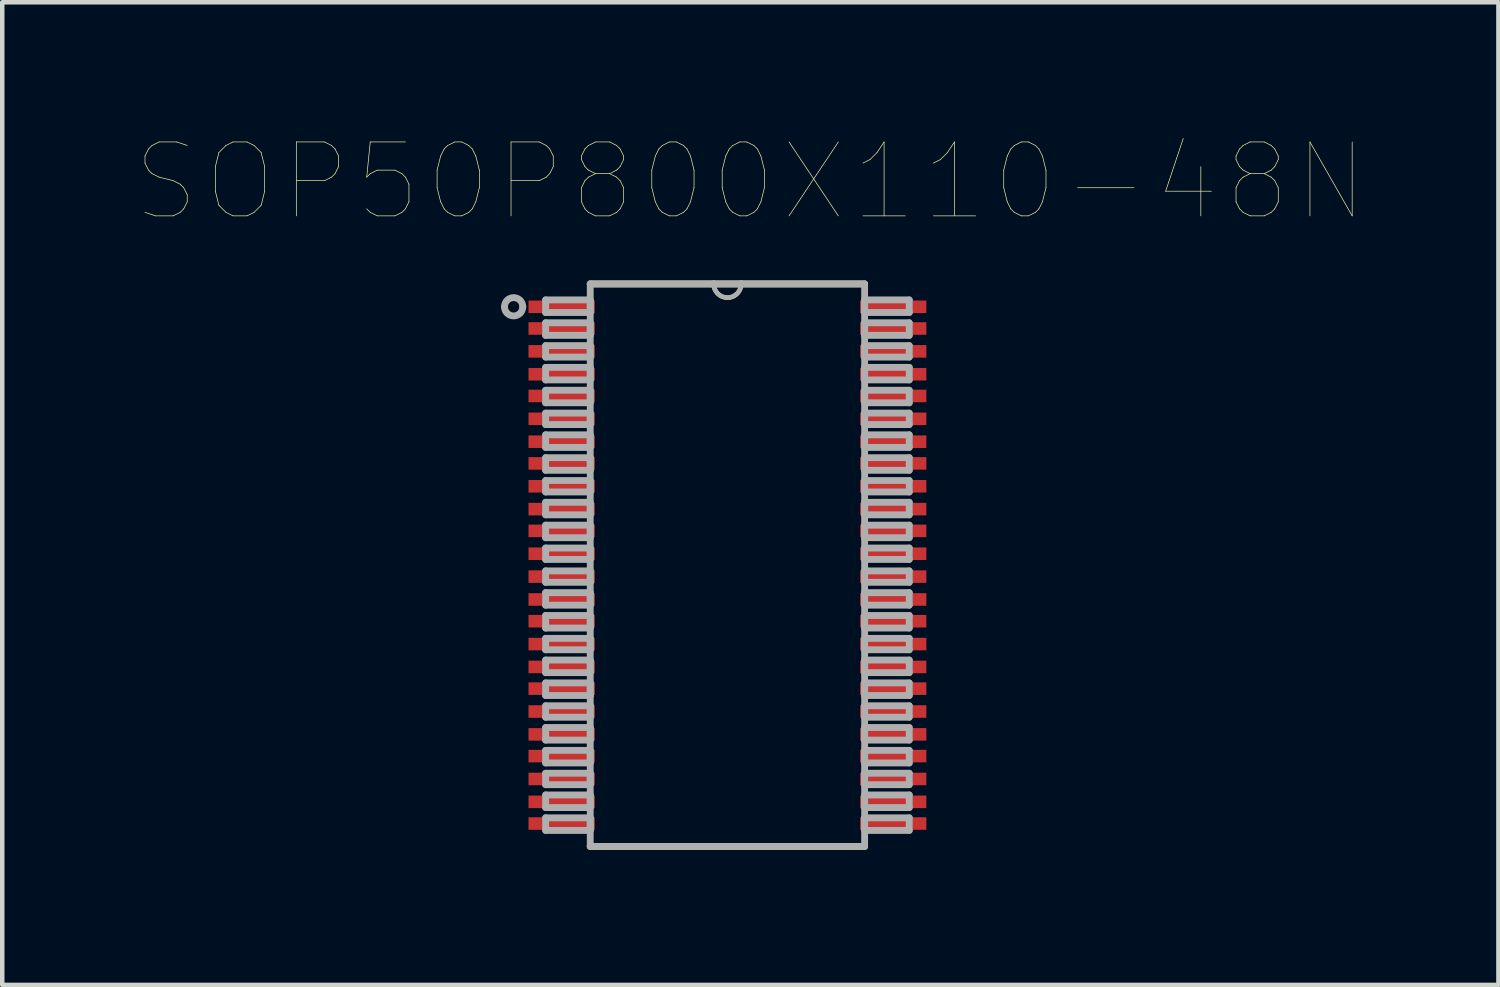
<source format=kicad_pcb>
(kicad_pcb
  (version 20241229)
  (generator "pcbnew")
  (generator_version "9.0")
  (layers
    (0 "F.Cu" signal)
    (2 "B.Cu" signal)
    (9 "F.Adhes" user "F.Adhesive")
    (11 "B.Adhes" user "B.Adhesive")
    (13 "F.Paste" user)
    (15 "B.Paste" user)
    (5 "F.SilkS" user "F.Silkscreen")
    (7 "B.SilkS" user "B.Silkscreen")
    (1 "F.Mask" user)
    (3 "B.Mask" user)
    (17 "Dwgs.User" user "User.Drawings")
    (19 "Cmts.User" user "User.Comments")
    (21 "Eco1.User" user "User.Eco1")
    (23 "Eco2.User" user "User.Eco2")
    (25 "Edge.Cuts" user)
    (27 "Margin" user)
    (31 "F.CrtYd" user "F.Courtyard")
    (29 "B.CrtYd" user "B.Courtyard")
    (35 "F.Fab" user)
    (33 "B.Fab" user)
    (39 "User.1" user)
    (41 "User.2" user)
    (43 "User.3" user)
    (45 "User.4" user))
  (footprint "SOP50P800X110-48N"
    (layer "F.Cu")
    (at 13.111 9.506)
    (property "Reference" "SOP50P800X110-48N" (at 0.509 -8.519 0) (layer "F.SilkS") (effects (font (size 1.642 1.642) (thickness 0.015))))
    (attr through_hole)
    (fp_line (start -3.048 6.248) (end 3.048 6.248) (stroke (width 0.152) (type solid)) (layer "F.SilkS"))
    (fp_line (start -0.305 -6.248) (end -3.048 -6.248) (stroke (width 0.152) (type solid)) (layer "F.SilkS"))
    (fp_line (start 0.305 -6.248) (end -0.305 -6.248) (stroke (width 0.152) (type solid)) (layer "F.SilkS"))
    (fp_line (start 3.048 -6.248) (end 0.305 -6.248) (stroke (width 0.152) (type solid)) (layer "F.SilkS"))
    (fp_arc (start -4.7244 -5.5372) (mid -4.954076 -5.7404) (end -4.7244 -5.9436) (stroke (width 0.1) (type solid)) (layer "F.SilkS"))
    (fp_arc (start 0.3048 -6.2484) (mid 0 -5.9436) (end -0.3048 -6.2484) (stroke (width 0.1) (type solid)) (layer "F.SilkS"))
    (fp_line (start -4.039 -5.893) (end -4.039 -5.613) (stroke (width 0.152) (type solid)) (layer "F.Fab"))
    (fp_line (start -4.039 -5.613) (end -3.048 -5.613) (stroke (width 0.152) (type solid)) (layer "F.Fab"))
    (fp_line (start -4.039 -5.385) (end -4.039 -5.105) (stroke (width 0.152) (type solid)) (layer "F.Fab"))
    (fp_line (start -4.039 -5.105) (end -3.048 -5.105) (stroke (width 0.152) (type solid)) (layer "F.Fab"))
    (fp_line (start -4.039 -4.877) (end -4.039 -4.623) (stroke (width 0.152) (type solid)) (layer "F.Fab"))
    (fp_line (start -4.039 -4.623) (end -3.048 -4.623) (stroke (width 0.152) (type solid)) (layer "F.Fab"))
    (fp_line (start -4.039 -4.394) (end -4.039 -4.115) (stroke (width 0.152) (type solid)) (layer "F.Fab"))
    (fp_line (start -4.039 -4.115) (end -3.048 -4.115) (stroke (width 0.152) (type solid)) (layer "F.Fab"))
    (fp_line (start -4.039 -3.886) (end -4.039 -3.607) (stroke (width 0.152) (type solid)) (layer "F.Fab"))
    (fp_line (start -4.039 -3.607) (end -3.048 -3.607) (stroke (width 0.152) (type solid)) (layer "F.Fab"))
    (fp_line (start -4.039 -3.378) (end -4.039 -3.124) (stroke (width 0.152) (type solid)) (layer "F.Fab"))
    (fp_line (start -4.039 -3.124) (end -3.048 -3.124) (stroke (width 0.152) (type solid)) (layer "F.Fab"))
    (fp_line (start -4.039 -2.896) (end -4.039 -2.616) (stroke (width 0.152) (type solid)) (layer "F.Fab"))
    (fp_line (start -4.039 -2.616) (end -3.048 -2.616) (stroke (width 0.152) (type solid)) (layer "F.Fab"))
    (fp_line (start -4.039 -2.388) (end -4.039 -2.108) (stroke (width 0.152) (type solid)) (layer "F.Fab"))
    (fp_line (start -4.039 -2.108) (end -3.048 -2.108) (stroke (width 0.152) (type solid)) (layer "F.Fab"))
    (fp_line (start -4.039 -1.88) (end -4.039 -1.626) (stroke (width 0.152) (type solid)) (layer "F.Fab"))
    (fp_line (start -4.039 -1.626) (end -3.048 -1.626) (stroke (width 0.152) (type solid)) (layer "F.Fab"))
    (fp_line (start -4.039 -1.397) (end -4.039 -1.118) (stroke (width 0.152) (type solid)) (layer "F.Fab"))
    (fp_line (start -4.039 -1.118) (end -3.048 -1.118) (stroke (width 0.152) (type solid)) (layer "F.Fab"))
    (fp_line (start -4.039 -0.889) (end -4.039 -0.61) (stroke (width 0.152) (type solid)) (layer "F.Fab"))
    (fp_line (start -4.039 -0.61) (end -3.048 -0.61) (stroke (width 0.152) (type solid)) (layer "F.Fab"))
    (fp_line (start -4.039 -0.381) (end -4.039 -0.127) (stroke (width 0.152) (type solid)) (layer "F.Fab"))
    (fp_line (start -4.039 -0.127) (end -3.048 -0.127) (stroke (width 0.152) (type solid)) (layer "F.Fab"))
    (fp_line (start -4.039 0.127) (end -4.039 0.381) (stroke (width 0.152) (type solid)) (layer "F.Fab"))
    (fp_line (start -4.039 0.381) (end -3.048 0.381) (stroke (width 0.152) (type solid)) (layer "F.Fab"))
    (fp_line (start -4.039 0.61) (end -4.039 0.889) (stroke (width 0.152) (type solid)) (layer "F.Fab"))
    (fp_line (start -4.039 0.889) (end -3.048 0.889) (stroke (width 0.152) (type solid)) (layer "F.Fab"))
    (fp_line (start -4.039 1.118) (end -4.039 1.397) (stroke (width 0.152) (type solid)) (layer "F.Fab"))
    (fp_line (start -4.039 1.397) (end -3.048 1.397) (stroke (width 0.152) (type solid)) (layer "F.Fab"))
    (fp_line (start -4.039 1.626) (end -4.039 1.88) (stroke (width 0.152) (type solid)) (layer "F.Fab"))
    (fp_line (start -4.039 1.88) (end -3.048 1.88) (stroke (width 0.152) (type solid)) (layer "F.Fab"))
    (fp_line (start -4.039 2.108) (end -4.039 2.388) (stroke (width 0.152) (type solid)) (layer "F.Fab"))
    (fp_line (start -4.039 2.388) (end -3.048 2.388) (stroke (width 0.152) (type solid)) (layer "F.Fab"))
    (fp_line (start -4.039 2.616) (end -4.039 2.896) (stroke (width 0.152) (type solid)) (layer "F.Fab"))
    (fp_line (start -4.039 2.896) (end -3.048 2.896) (stroke (width 0.152) (type solid)) (layer "F.Fab"))
    (fp_line (start -4.039 3.124) (end -4.039 3.378) (stroke (width 0.152) (type solid)) (layer "F.Fab"))
    (fp_line (start -4.039 3.378) (end -3.048 3.378) (stroke (width 0.152) (type solid)) (layer "F.Fab"))
    (fp_line (start -4.039 3.607) (end -4.039 3.886) (stroke (width 0.152) (type solid)) (layer "F.Fab"))
    (fp_line (start -4.039 3.886) (end -3.048 3.886) (stroke (width 0.152) (type solid)) (layer "F.Fab"))
    (fp_line (start -4.039 4.115) (end -4.039 4.394) (stroke (width 0.152) (type solid)) (layer "F.Fab"))
    (fp_line (start -4.039 4.394) (end -3.048 4.394) (stroke (width 0.152) (type solid)) (layer "F.Fab"))
    (fp_line (start -4.039 4.623) (end -4.039 4.877) (stroke (width 0.152) (type solid)) (layer "F.Fab"))
    (fp_line (start -4.039 4.877) (end -3.048 4.877) (stroke (width 0.152) (type solid)) (layer "F.Fab"))
    (fp_line (start -4.039 5.105) (end -4.039 5.385) (stroke (width 0.152) (type solid)) (layer "F.Fab"))
    (fp_line (start -4.039 5.385) (end -3.048 5.385) (stroke (width 0.152) (type solid)) (layer "F.Fab"))
    (fp_line (start -4.039 5.613) (end -4.039 5.893) (stroke (width 0.152) (type solid)) (layer "F.Fab"))
    (fp_line (start -4.039 5.893) (end -3.048 5.893) (stroke (width 0.152) (type solid)) (layer "F.Fab"))
    (fp_line (start -3.048 -6.248) (end -3.048 6.248) (stroke (width 0.152) (type solid)) (layer "F.Fab"))
    (fp_line (start -3.048 -5.893) (end -4.039 -5.893) (stroke (width 0.152) (type solid)) (layer "F.Fab"))
    (fp_line (start -3.048 -5.613) (end -3.048 -5.893) (stroke (width 0.152) (type solid)) (layer "F.Fab"))
    (fp_line (start -3.048 -5.385) (end -4.039 -5.385) (stroke (width 0.152) (type solid)) (layer "F.Fab"))
    (fp_line (start -3.048 -5.105) (end -3.048 -5.385) (stroke (width 0.152) (type solid)) (layer "F.Fab"))
    (fp_line (start -3.048 -4.877) (end -4.039 -4.877) (stroke (width 0.152) (type solid)) (layer "F.Fab"))
    (fp_line (start -3.048 -4.623) (end -3.048 -4.877) (stroke (width 0.152) (type solid)) (layer "F.Fab"))
    (fp_line (start -3.048 -4.394) (end -4.039 -4.394) (stroke (width 0.152) (type solid)) (layer "F.Fab"))
    (fp_line (start -3.048 -4.115) (end -3.048 -4.394) (stroke (width 0.152) (type solid)) (layer "F.Fab"))
    (fp_line (start -3.048 -3.886) (end -4.039 -3.886) (stroke (width 0.152) (type solid)) (layer "F.Fab"))
    (fp_line (start -3.048 -3.607) (end -3.048 -3.886) (stroke (width 0.152) (type solid)) (layer "F.Fab"))
    (fp_line (start -3.048 -3.378) (end -4.039 -3.378) (stroke (width 0.152) (type solid)) (layer "F.Fab"))
    (fp_line (start -3.048 -3.124) (end -3.048 -3.378) (stroke (width 0.152) (type solid)) (layer "F.Fab"))
    (fp_line (start -3.048 -2.896) (end -4.039 -2.896) (stroke (width 0.152) (type solid)) (layer "F.Fab"))
    (fp_line (start -3.048 -2.616) (end -3.048 -2.896) (stroke (width 0.152) (type solid)) (layer "F.Fab"))
    (fp_line (start -3.048 -2.388) (end -4.039 -2.388) (stroke (width 0.152) (type solid)) (layer "F.Fab"))
    (fp_line (start -3.048 -2.108) (end -3.048 -2.388) (stroke (width 0.152) (type solid)) (layer "F.Fab"))
    (fp_line (start -3.048 -1.88) (end -4.039 -1.88) (stroke (width 0.152) (type solid)) (layer "F.Fab"))
    (fp_line (start -3.048 -1.626) (end -3.048 -1.88) (stroke (width 0.152) (type solid)) (layer "F.Fab"))
    (fp_line (start -3.048 -1.397) (end -4.039 -1.397) (stroke (width 0.152) (type solid)) (layer "F.Fab"))
    (fp_line (start -3.048 -1.118) (end -3.048 -1.397) (stroke (width 0.152) (type solid)) (layer "F.Fab"))
    (fp_line (start -3.048 -0.889) (end -4.039 -0.889) (stroke (width 0.152) (type solid)) (layer "F.Fab"))
    (fp_line (start -3.048 -0.61) (end -3.048 -0.889) (stroke (width 0.152) (type solid)) (layer "F.Fab"))
    (fp_line (start -3.048 -0.381) (end -4.039 -0.381) (stroke (width 0.152) (type solid)) (layer "F.Fab"))
    (fp_line (start -3.048 -0.127) (end -3.048 -0.381) (stroke (width 0.152) (type solid)) (layer "F.Fab"))
    (fp_line (start -3.048 0.127) (end -4.039 0.127) (stroke (width 0.152) (type solid)) (layer "F.Fab"))
    (fp_line (start -3.048 0.381) (end -3.048 0.127) (stroke (width 0.152) (type solid)) (layer "F.Fab"))
    (fp_line (start -3.048 0.61) (end -4.039 0.61) (stroke (width 0.152) (type solid)) (layer "F.Fab"))
    (fp_line (start -3.048 0.889) (end -3.048 0.61) (stroke (width 0.152) (type solid)) (layer "F.Fab"))
    (fp_line (start -3.048 1.118) (end -4.039 1.118) (stroke (width 0.152) (type solid)) (layer "F.Fab"))
    (fp_line (start -3.048 1.397) (end -3.048 1.118) (stroke (width 0.152) (type solid)) (layer "F.Fab"))
    (fp_line (start -3.048 1.626) (end -4.039 1.626) (stroke (width 0.152) (type solid)) (layer "F.Fab"))
    (fp_line (start -3.048 1.88) (end -3.048 1.626) (stroke (width 0.152) (type solid)) (layer "F.Fab"))
    (fp_line (start -3.048 2.108) (end -4.039 2.108) (stroke (width 0.152) (type solid)) (layer "F.Fab"))
    (fp_line (start -3.048 2.388) (end -3.048 2.108) (stroke (width 0.152) (type solid)) (layer "F.Fab"))
    (fp_line (start -3.048 2.616) (end -4.039 2.616) (stroke (width 0.152) (type solid)) (layer "F.Fab"))
    (fp_line (start -3.048 2.896) (end -3.048 2.616) (stroke (width 0.152) (type solid)) (layer "F.Fab"))
    (fp_line (start -3.048 3.124) (end -4.039 3.124) (stroke (width 0.152) (type solid)) (layer "F.Fab"))
    (fp_line (start -3.048 3.378) (end -3.048 3.124) (stroke (width 0.152) (type solid)) (layer "F.Fab"))
    (fp_line (start -3.048 3.607) (end -4.039 3.607) (stroke (width 0.152) (type solid)) (layer "F.Fab"))
    (fp_line (start -3.048 3.886) (end -3.048 3.607) (stroke (width 0.152) (type solid)) (layer "F.Fab"))
    (fp_line (start -3.048 4.115) (end -4.039 4.115) (stroke (width 0.152) (type solid)) (layer "F.Fab"))
    (fp_line (start -3.048 4.394) (end -3.048 4.115) (stroke (width 0.152) (type solid)) (layer "F.Fab"))
    (fp_line (start -3.048 4.623) (end -4.039 4.623) (stroke (width 0.152) (type solid)) (layer "F.Fab"))
    (fp_line (start -3.048 4.877) (end -3.048 4.623) (stroke (width 0.152) (type solid)) (layer "F.Fab"))
    (fp_line (start -3.048 5.105) (end -4.039 5.105) (stroke (width 0.152) (type solid)) (layer "F.Fab"))
    (fp_line (start -3.048 5.385) (end -3.048 5.105) (stroke (width 0.152) (type solid)) (layer "F.Fab"))
    (fp_line (start -3.048 5.613) (end -4.039 5.613) (stroke (width 0.152) (type solid)) (layer "F.Fab"))
    (fp_line (start -3.048 5.893) (end -3.048 5.613) (stroke (width 0.152) (type solid)) (layer "F.Fab"))
    (fp_line (start -3.048 6.248) (end 3.048 6.248) (stroke (width 0.152) (type solid)) (layer "F.Fab"))
    (fp_line (start -0.305 -6.248) (end -3.048 -6.248) (stroke (width 0.152) (type solid)) (layer "F.Fab"))
    (fp_line (start 0.305 -6.248) (end -0.305 -6.248) (stroke (width 0.152) (type solid)) (layer "F.Fab"))
    (fp_line (start 3.048 -6.248) (end 0.305 -6.248) (stroke (width 0.152) (type solid)) (layer "F.Fab"))
    (fp_line (start 3.048 -5.893) (end 3.048 -5.613) (stroke (width 0.152) (type solid)) (layer "F.Fab"))
    (fp_line (start 3.048 -5.613) (end 4.039 -5.613) (stroke (width 0.152) (type solid)) (layer "F.Fab"))
    (fp_line (start 3.048 -5.385) (end 3.048 -5.105) (stroke (width 0.152) (type solid)) (layer "F.Fab"))
    (fp_line (start 3.048 -5.105) (end 4.039 -5.105) (stroke (width 0.152) (type solid)) (layer "F.Fab"))
    (fp_line (start 3.048 -4.877) (end 3.048 -4.623) (stroke (width 0.152) (type solid)) (layer "F.Fab"))
    (fp_line (start 3.048 -4.623) (end 4.039 -4.623) (stroke (width 0.152) (type solid)) (layer "F.Fab"))
    (fp_line (start 3.048 -4.394) (end 3.048 -4.115) (stroke (width 0.152) (type solid)) (layer "F.Fab"))
    (fp_line (start 3.048 -4.115) (end 4.039 -4.115) (stroke (width 0.152) (type solid)) (layer "F.Fab"))
    (fp_line (start 3.048 -3.886) (end 3.048 -3.607) (stroke (width 0.152) (type solid)) (layer "F.Fab"))
    (fp_line (start 3.048 -3.607) (end 4.039 -3.607) (stroke (width 0.152) (type solid)) (layer "F.Fab"))
    (fp_line (start 3.048 -3.378) (end 3.048 -3.124) (stroke (width 0.152) (type solid)) (layer "F.Fab"))
    (fp_line (start 3.048 -3.124) (end 4.039 -3.124) (stroke (width 0.152) (type solid)) (layer "F.Fab"))
    (fp_line (start 3.048 -2.896) (end 3.048 -2.616) (stroke (width 0.152) (type solid)) (layer "F.Fab"))
    (fp_line (start 3.048 -2.616) (end 4.039 -2.616) (stroke (width 0.152) (type solid)) (layer "F.Fab"))
    (fp_line (start 3.048 -2.388) (end 3.048 -2.108) (stroke (width 0.152) (type solid)) (layer "F.Fab"))
    (fp_line (start 3.048 -2.108) (end 4.039 -2.108) (stroke (width 0.152) (type solid)) (layer "F.Fab"))
    (fp_line (start 3.048 -1.88) (end 3.048 -1.626) (stroke (width 0.152) (type solid)) (layer "F.Fab"))
    (fp_line (start 3.048 -1.626) (end 4.039 -1.626) (stroke (width 0.152) (type solid)) (layer "F.Fab"))
    (fp_line (start 3.048 -1.397) (end 3.048 -1.118) (stroke (width 0.152) (type solid)) (layer "F.Fab"))
    (fp_line (start 3.048 -1.118) (end 4.039 -1.118) (stroke (width 0.152) (type solid)) (layer "F.Fab"))
    (fp_line (start 3.048 -0.889) (end 3.048 -0.61) (stroke (width 0.152) (type solid)) (layer "F.Fab"))
    (fp_line (start 3.048 -0.61) (end 4.039 -0.61) (stroke (width 0.152) (type solid)) (layer "F.Fab"))
    (fp_line (start 3.048 -0.381) (end 3.048 -0.127) (stroke (width 0.152) (type solid)) (layer "F.Fab"))
    (fp_line (start 3.048 -0.127) (end 4.039 -0.127) (stroke (width 0.152) (type solid)) (layer "F.Fab"))
    (fp_line (start 3.048 0.127) (end 3.048 0.381) (stroke (width 0.152) (type solid)) (layer "F.Fab"))
    (fp_line (start 3.048 0.381) (end 4.039 0.381) (stroke (width 0.152) (type solid)) (layer "F.Fab"))
    (fp_line (start 3.048 0.61) (end 3.048 0.889) (stroke (width 0.152) (type solid)) (layer "F.Fab"))
    (fp_line (start 3.048 0.889) (end 4.039 0.889) (stroke (width 0.152) (type solid)) (layer "F.Fab"))
    (fp_line (start 3.048 1.118) (end 3.048 1.397) (stroke (width 0.152) (type solid)) (layer "F.Fab"))
    (fp_line (start 3.048 1.397) (end 4.039 1.397) (stroke (width 0.152) (type solid)) (layer "F.Fab"))
    (fp_line (start 3.048 1.626) (end 3.048 1.88) (stroke (width 0.152) (type solid)) (layer "F.Fab"))
    (fp_line (start 3.048 1.88) (end 4.039 1.88) (stroke (width 0.152) (type solid)) (layer "F.Fab"))
    (fp_line (start 3.048 2.108) (end 3.048 2.388) (stroke (width 0.152) (type solid)) (layer "F.Fab"))
    (fp_line (start 3.048 2.388) (end 4.039 2.388) (stroke (width 0.152) (type solid)) (layer "F.Fab"))
    (fp_line (start 3.048 2.616) (end 3.048 2.896) (stroke (width 0.152) (type solid)) (layer "F.Fab"))
    (fp_line (start 3.048 2.896) (end 4.039 2.896) (stroke (width 0.152) (type solid)) (layer "F.Fab"))
    (fp_line (start 3.048 3.124) (end 3.048 3.378) (stroke (width 0.152) (type solid)) (layer "F.Fab"))
    (fp_line (start 3.048 3.378) (end 4.039 3.378) (stroke (width 0.152) (type solid)) (layer "F.Fab"))
    (fp_line (start 3.048 3.607) (end 3.048 3.886) (stroke (width 0.152) (type solid)) (layer "F.Fab"))
    (fp_line (start 3.048 3.886) (end 4.039 3.886) (stroke (width 0.152) (type solid)) (layer "F.Fab"))
    (fp_line (start 3.048 4.115) (end 3.048 4.394) (stroke (width 0.152) (type solid)) (layer "F.Fab"))
    (fp_line (start 3.048 4.394) (end 4.039 4.394) (stroke (width 0.152) (type solid)) (layer "F.Fab"))
    (fp_line (start 3.048 4.623) (end 3.048 4.877) (stroke (width 0.152) (type solid)) (layer "F.Fab"))
    (fp_line (start 3.048 4.877) (end 4.039 4.877) (stroke (width 0.152) (type solid)) (layer "F.Fab"))
    (fp_line (start 3.048 5.105) (end 3.048 5.385) (stroke (width 0.152) (type solid)) (layer "F.Fab"))
    (fp_line (start 3.048 5.385) (end 4.039 5.385) (stroke (width 0.152) (type solid)) (layer "F.Fab"))
    (fp_line (start 3.048 5.613) (end 3.048 5.893) (stroke (width 0.152) (type solid)) (layer "F.Fab"))
    (fp_line (start 3.048 5.893) (end 4.039 5.893) (stroke (width 0.152) (type solid)) (layer "F.Fab"))
    (fp_line (start 3.048 6.248) (end 3.048 -6.248) (stroke (width 0.152) (type solid)) (layer "F.Fab"))
    (fp_line (start 4.039 -5.893) (end 3.048 -5.893) (stroke (width 0.152) (type solid)) (layer "F.Fab"))
    (fp_line (start 4.039 -5.613) (end 4.039 -5.893) (stroke (width 0.152) (type solid)) (layer "F.Fab"))
    (fp_line (start 4.039 -5.385) (end 3.048 -5.385) (stroke (width 0.152) (type solid)) (layer "F.Fab"))
    (fp_line (start 4.039 -5.105) (end 4.039 -5.385) (stroke (width 0.152) (type solid)) (layer "F.Fab"))
    (fp_line (start 4.039 -4.877) (end 3.048 -4.877) (stroke (width 0.152) (type solid)) (layer "F.Fab"))
    (fp_line (start 4.039 -4.623) (end 4.039 -4.877) (stroke (width 0.152) (type solid)) (layer "F.Fab"))
    (fp_line (start 4.039 -4.394) (end 3.048 -4.394) (stroke (width 0.152) (type solid)) (layer "F.Fab"))
    (fp_line (start 4.039 -4.115) (end 4.039 -4.394) (stroke (width 0.152) (type solid)) (layer "F.Fab"))
    (fp_line (start 4.039 -3.886) (end 3.048 -3.886) (stroke (width 0.152) (type solid)) (layer "F.Fab"))
    (fp_line (start 4.039 -3.607) (end 4.039 -3.886) (stroke (width 0.152) (type solid)) (layer "F.Fab"))
    (fp_line (start 4.039 -3.378) (end 3.048 -3.378) (stroke (width 0.152) (type solid)) (layer "F.Fab"))
    (fp_line (start 4.039 -3.124) (end 4.039 -3.378) (stroke (width 0.152) (type solid)) (layer "F.Fab"))
    (fp_line (start 4.039 -2.896) (end 3.048 -2.896) (stroke (width 0.152) (type solid)) (layer "F.Fab"))
    (fp_line (start 4.039 -2.616) (end 4.039 -2.896) (stroke (width 0.152) (type solid)) (layer "F.Fab"))
    (fp_line (start 4.039 -2.388) (end 3.048 -2.388) (stroke (width 0.152) (type solid)) (layer "F.Fab"))
    (fp_line (start 4.039 -2.108) (end 4.039 -2.388) (stroke (width 0.152) (type solid)) (layer "F.Fab"))
    (fp_line (start 4.039 -1.88) (end 3.048 -1.88) (stroke (width 0.152) (type solid)) (layer "F.Fab"))
    (fp_line (start 4.039 -1.626) (end 4.039 -1.88) (stroke (width 0.152) (type solid)) (layer "F.Fab"))
    (fp_line (start 4.039 -1.397) (end 3.048 -1.397) (stroke (width 0.152) (type solid)) (layer "F.Fab"))
    (fp_line (start 4.039 -1.118) (end 4.039 -1.397) (stroke (width 0.152) (type solid)) (layer "F.Fab"))
    (fp_line (start 4.039 -0.889) (end 3.048 -0.889) (stroke (width 0.152) (type solid)) (layer "F.Fab"))
    (fp_line (start 4.039 -0.61) (end 4.039 -0.889) (stroke (width 0.152) (type solid)) (layer "F.Fab"))
    (fp_line (start 4.039 -0.381) (end 3.048 -0.381) (stroke (width 0.152) (type solid)) (layer "F.Fab"))
    (fp_line (start 4.039 -0.127) (end 4.039 -0.381) (stroke (width 0.152) (type solid)) (layer "F.Fab"))
    (fp_line (start 4.039 0.127) (end 3.048 0.127) (stroke (width 0.152) (type solid)) (layer "F.Fab"))
    (fp_line (start 4.039 0.381) (end 4.039 0.127) (stroke (width 0.152) (type solid)) (layer "F.Fab"))
    (fp_line (start 4.039 0.61) (end 3.048 0.61) (stroke (width 0.152) (type solid)) (layer "F.Fab"))
    (fp_line (start 4.039 0.889) (end 4.039 0.61) (stroke (width 0.152) (type solid)) (layer "F.Fab"))
    (fp_line (start 4.039 1.118) (end 3.048 1.118) (stroke (width 0.152) (type solid)) (layer "F.Fab"))
    (fp_line (start 4.039 1.397) (end 4.039 1.118) (stroke (width 0.152) (type solid)) (layer "F.Fab"))
    (fp_line (start 4.039 1.626) (end 3.048 1.626) (stroke (width 0.152) (type solid)) (layer "F.Fab"))
    (fp_line (start 4.039 1.88) (end 4.039 1.626) (stroke (width 0.152) (type solid)) (layer "F.Fab"))
    (fp_line (start 4.039 2.108) (end 3.048 2.108) (stroke (width 0.152) (type solid)) (layer "F.Fab"))
    (fp_line (start 4.039 2.388) (end 4.039 2.108) (stroke (width 0.152) (type solid)) (layer "F.Fab"))
    (fp_line (start 4.039 2.616) (end 3.048 2.616) (stroke (width 0.152) (type solid)) (layer "F.Fab"))
    (fp_line (start 4.039 2.896) (end 4.039 2.616) (stroke (width 0.152) (type solid)) (layer "F.Fab"))
    (fp_line (start 4.039 3.124) (end 3.048 3.124) (stroke (width 0.152) (type solid)) (layer "F.Fab"))
    (fp_line (start 4.039 3.378) (end 4.039 3.124) (stroke (width 0.152) (type solid)) (layer "F.Fab"))
    (fp_line (start 4.039 3.607) (end 3.048 3.607) (stroke (width 0.152) (type solid)) (layer "F.Fab"))
    (fp_line (start 4.039 3.886) (end 4.039 3.607) (stroke (width 0.152) (type solid)) (layer "F.Fab"))
    (fp_line (start 4.039 4.115) (end 3.048 4.115) (stroke (width 0.152) (type solid)) (layer "F.Fab"))
    (fp_line (start 4.039 4.394) (end 4.039 4.115) (stroke (width 0.152) (type solid)) (layer "F.Fab"))
    (fp_line (start 4.039 4.623) (end 3.048 4.623) (stroke (width 0.152) (type solid)) (layer "F.Fab"))
    (fp_line (start 4.039 4.877) (end 4.039 4.623) (stroke (width 0.152) (type solid)) (layer "F.Fab"))
    (fp_line (start 4.039 5.105) (end 3.048 5.105) (stroke (width 0.152) (type solid)) (layer "F.Fab"))
    (fp_line (start 4.039 5.385) (end 4.039 5.105) (stroke (width 0.152) (type solid)) (layer "F.Fab"))
    (fp_line (start 4.039 5.613) (end 3.048 5.613) (stroke (width 0.152) (type solid)) (layer "F.Fab"))
    (fp_line (start 4.039 5.893) (end 4.039 5.613) (stroke (width 0.152) (type solid)) (layer "F.Fab"))
    (fp_arc (start -4.953 -5.7404) (mid -4.7498 -5.9436) (end -4.5466 -5.7404) (stroke (width 0.1524) (type solid)) (layer "F.Fab"))
    (fp_arc (start -4.5466 -5.7404) (mid -4.7498 -5.5372) (end -4.953 -5.7404) (stroke (width 0.1524) (type solid)) (layer "F.Fab"))
    (fp_arc (start 0.3048 -6.2484) (mid 0 -5.9436) (end -0.3048 -6.2484) (stroke (width 0.1) (type solid)) (layer "F.Fab"))
    (pad "1" smd rect (at -3.683 -5.74) (size 1.473 0.279) (layers "F.Cu" "F.Mask" "F.Paste"))
    (pad "2" smd rect (at -3.683 -5.258) (size 1.473 0.279) (layers "F.Cu" "F.Mask" "F.Paste"))
    (pad "3" smd rect (at -3.683 -4.75) (size 1.473 0.279) (layers "F.Cu" "F.Mask" "F.Paste"))
    (pad "4" smd rect (at -3.683 -4.242) (size 1.473 0.279) (layers "F.Cu" "F.Mask" "F.Paste"))
    (pad "5" smd rect (at -3.683 -3.759) (size 1.473 0.279) (layers "F.Cu" "F.Mask" "F.Paste"))
    (pad "6" smd rect (at -3.683 -3.251) (size 1.473 0.279) (layers "F.Cu" "F.Mask" "F.Paste"))
    (pad "7" smd rect (at -3.683 -2.743) (size 1.473 0.279) (layers "F.Cu" "F.Mask" "F.Paste"))
    (pad "8" smd rect (at -3.683 -2.261) (size 1.473 0.279) (layers "F.Cu" "F.Mask" "F.Paste"))
    (pad "9" smd rect (at -3.683 -1.753) (size 1.473 0.279) (layers "F.Cu" "F.Mask" "F.Paste"))
    (pad "10" smd rect (at -3.683 -1.245) (size 1.473 0.279) (layers "F.Cu" "F.Mask" "F.Paste"))
    (pad "11" smd rect (at -3.683 -0.762) (size 1.473 0.279) (layers "F.Cu" "F.Mask" "F.Paste"))
    (pad "12" smd rect (at -3.683 -0.254) (size 1.473 0.279) (layers "F.Cu" "F.Mask" "F.Paste"))
    (pad "13" smd rect (at -3.683 0.254) (size 1.473 0.279) (layers "F.Cu" "F.Mask" "F.Paste"))
    (pad "14" smd rect (at -3.683 0.762) (size 1.473 0.279) (layers "F.Cu" "F.Mask" "F.Paste"))
    (pad "15" smd rect (at -3.683 1.245) (size 1.473 0.279) (layers "F.Cu" "F.Mask" "F.Paste"))
    (pad "16" smd rect (at -3.683 1.753) (size 1.473 0.279) (layers "F.Cu" "F.Mask" "F.Paste"))
    (pad "17" smd rect (at -3.683 2.261) (size 1.473 0.279) (layers "F.Cu" "F.Mask" "F.Paste"))
    (pad "18" smd rect (at -3.683 2.743) (size 1.473 0.279) (layers "F.Cu" "F.Mask" "F.Paste"))
    (pad "19" smd rect (at -3.683 3.251) (size 1.473 0.279) (layers "F.Cu" "F.Mask" "F.Paste"))
    (pad "20" smd rect (at -3.683 3.759) (size 1.473 0.279) (layers "F.Cu" "F.Mask" "F.Paste"))
    (pad "21" smd rect (at -3.683 4.242) (size 1.473 0.279) (layers "F.Cu" "F.Mask" "F.Paste"))
    (pad "22" smd rect (at -3.683 4.75) (size 1.473 0.279) (layers "F.Cu" "F.Mask" "F.Paste"))
    (pad "23" smd rect (at -3.683 5.258) (size 1.473 0.279) (layers "F.Cu" "F.Mask" "F.Paste"))
    (pad "24" smd rect (at -3.683 5.74) (size 1.473 0.279) (layers "F.Cu" "F.Mask" "F.Paste"))
    (pad "25" smd rect (at 3.683 5.74) (size 1.473 0.279) (layers "F.Cu" "F.Mask" "F.Paste"))
    (pad "26" smd rect (at 3.683 5.258) (size 1.473 0.279) (layers "F.Cu" "F.Mask" "F.Paste"))
    (pad "27" smd rect (at 3.683 4.75) (size 1.473 0.279) (layers "F.Cu" "F.Mask" "F.Paste"))
    (pad "28" smd rect (at 3.683 4.242) (size 1.473 0.279) (layers "F.Cu" "F.Mask" "F.Paste"))
    (pad "29" smd rect (at 3.683 3.759) (size 1.473 0.279) (layers "F.Cu" "F.Mask" "F.Paste"))
    (pad "30" smd rect (at 3.683 3.251) (size 1.473 0.279) (layers "F.Cu" "F.Mask" "F.Paste"))
    (pad "31" smd rect (at 3.683 2.743) (size 1.473 0.279) (layers "F.Cu" "F.Mask" "F.Paste"))
    (pad "32" smd rect (at 3.683 2.261) (size 1.473 0.279) (layers "F.Cu" "F.Mask" "F.Paste"))
    (pad "33" smd rect (at 3.683 1.753) (size 1.473 0.279) (layers "F.Cu" "F.Mask" "F.Paste"))
    (pad "34" smd rect (at 3.683 1.245) (size 1.473 0.279) (layers "F.Cu" "F.Mask" "F.Paste"))
    (pad "35" smd rect (at 3.683 0.762) (size 1.473 0.279) (layers "F.Cu" "F.Mask" "F.Paste"))
    (pad "36" smd rect (at 3.683 0.254) (size 1.473 0.279) (layers "F.Cu" "F.Mask" "F.Paste"))
    (pad "37" smd rect (at 3.683 -0.254) (size 1.473 0.279) (layers "F.Cu" "F.Mask" "F.Paste"))
    (pad "38" smd rect (at 3.683 -0.762) (size 1.473 0.279) (layers "F.Cu" "F.Mask" "F.Paste"))
    (pad "39" smd rect (at 3.683 -1.245) (size 1.473 0.279) (layers "F.Cu" "F.Mask" "F.Paste"))
    (pad "40" smd rect (at 3.683 -1.753) (size 1.473 0.279) (layers "F.Cu" "F.Mask" "F.Paste"))
    (pad "41" smd rect (at 3.683 -2.261) (size 1.473 0.279) (layers "F.Cu" "F.Mask" "F.Paste"))
    (pad "42" smd rect (at 3.683 -2.743) (size 1.473 0.279) (layers "F.Cu" "F.Mask" "F.Paste"))
    (pad "43" smd rect (at 3.683 -3.251) (size 1.473 0.279) (layers "F.Cu" "F.Mask" "F.Paste"))
    (pad "44" smd rect (at 3.683 -3.759) (size 1.473 0.279) (layers "F.Cu" "F.Mask" "F.Paste"))
    (pad "45" smd rect (at 3.683 -4.242) (size 1.473 0.279) (layers "F.Cu" "F.Mask" "F.Paste"))
    (pad "46" smd rect (at 3.683 -4.75) (size 1.473 0.279) (layers "F.Cu" "F.Mask" "F.Paste"))
    (pad "47" smd rect (at 3.683 -5.258) (size 1.473 0.279) (layers "F.Cu" "F.Mask" "F.Paste"))
    (pad "48" smd rect (at 3.683 -5.74) (size 1.473 0.279) (layers "F.Cu" "F.Mask" "F.Paste")))
  (gr_rect
    (start -3 -3)
    (end 30.24 18.831)
    (stroke (width 0.1) (type default))
    (fill no)
    (layer "Edge.Cuts")))
</source>
